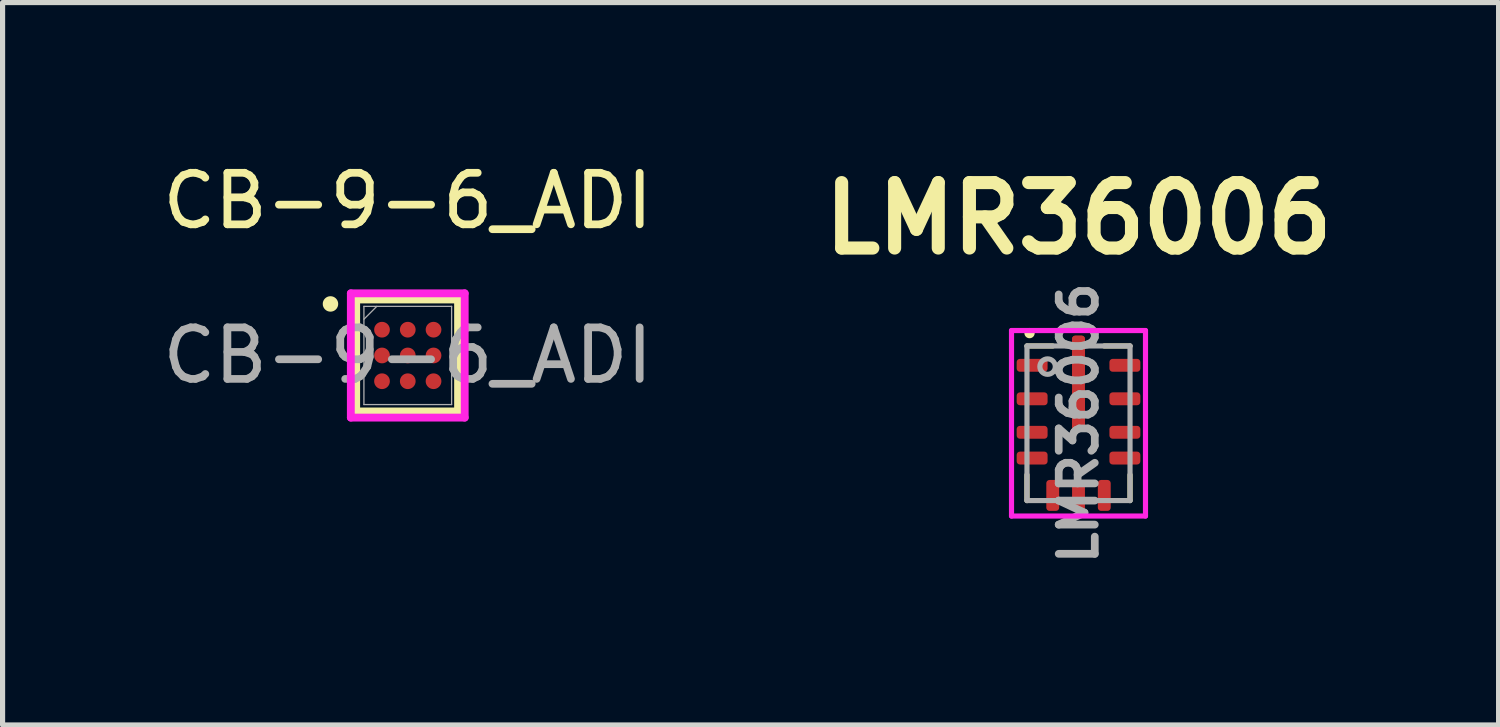
<source format=kicad_pcb>
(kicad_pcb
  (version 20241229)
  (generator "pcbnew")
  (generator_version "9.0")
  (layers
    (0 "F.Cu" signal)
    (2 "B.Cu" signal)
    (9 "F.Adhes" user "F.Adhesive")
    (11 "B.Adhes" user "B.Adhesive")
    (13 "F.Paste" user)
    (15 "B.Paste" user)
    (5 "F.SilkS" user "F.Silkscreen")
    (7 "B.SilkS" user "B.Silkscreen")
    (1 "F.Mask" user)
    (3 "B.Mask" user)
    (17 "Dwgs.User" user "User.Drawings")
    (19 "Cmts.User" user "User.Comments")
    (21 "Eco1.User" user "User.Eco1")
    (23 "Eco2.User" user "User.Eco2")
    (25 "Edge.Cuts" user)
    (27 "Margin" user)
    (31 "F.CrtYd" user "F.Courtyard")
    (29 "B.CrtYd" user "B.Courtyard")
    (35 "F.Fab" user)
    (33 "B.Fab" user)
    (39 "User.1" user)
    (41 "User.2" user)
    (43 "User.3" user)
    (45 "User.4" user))
  (footprint "CB-9-6_ADI"
    (layer "F.Cu")
    (at 4.863 3.848)
    (property "Reference" "CB-9-6_ADI" (at 0 -3 0) (unlocked yes) (layer "F.SilkS") (effects (font (size 1 1) (thickness 0.15))))
    (attr smd)
    (fp_line (start -1 -1.085) (end -1 1.085) (stroke (width 0.15) (type solid)) (layer "F.SilkS"))
    (fp_line (start 0.975 -1.085) (end -0.975 -1.085) (stroke (width 0.15) (type solid)) (layer "F.SilkS"))
    (fp_line (start 0.975 -1.085) (end 0.975 1.085) (stroke (width 0.15) (type solid)) (layer "F.SilkS"))
    (fp_line (start 0.975 1.085) (end -0.975 1.085) (stroke (width 0.15) (type solid)) (layer "F.SilkS"))
    (fp_circle (center -1.5 -1) (end -1.4 -1) (stroke (width 0.1) (type solid)) (fill yes) (layer "F.SilkS"))
    (fp_line (start -1.105 -1.206) (end 1.105 -1.206) (stroke (width 0.152) (type solid)) (layer "F.CrtYd"))
    (fp_line (start -1.105 1.206) (end -1.105 -1.206) (stroke (width 0.152) (type solid)) (layer "F.CrtYd"))
    (fp_line (start 1.105 -1.206) (end 1.105 1.206) (stroke (width 0.152) (type solid)) (layer "F.CrtYd"))
    (fp_line (start 1.105 1.206) (end -1.105 1.206) (stroke (width 0.152) (type solid)) (layer "F.CrtYd"))
    (fp_line (start -0.851 -0.953) (end -0.851 0.953) (stroke (width 0.025) (type solid)) (layer "F.Fab"))
    (fp_line (start -0.851 0.953) (end 0.851 0.953) (stroke (width 0.025) (type solid)) (layer "F.Fab"))
    (fp_line (start -0.601 -0.953) (end -0.851 -0.703) (stroke (width 0.025) (type solid)) (layer "F.Fab"))
    (fp_line (start 0.851 -0.953) (end -0.851 -0.953) (stroke (width 0.025) (type solid)) (layer "F.Fab"))
    (fp_line (start 0.851 0.953) (end 0.851 -0.953) (stroke (width 0.025) (type solid)) (layer "F.Fab"))
    (fp_text user "${REFERENCE}" (at 0 0 0) (unlocked yes) (layer "F.Fab") (effects (font (size 1 1) (thickness 0.15))))
    (pad "A1" smd circle (at -0.5 -0.5) (size 0.305 0.305) (layers "F.Cu" "F.Mask" "F.Paste"))
    (pad "A2" smd circle (at 0 -0.5) (size 0.305 0.305) (layers "F.Cu" "F.Mask" "F.Paste"))
    (pad "A3" smd circle (at 0.5 -0.5) (size 0.305 0.305) (layers "F.Cu" "F.Mask" "F.Paste"))
    (pad "B1" smd circle (at -0.5 0) (size 0.305 0.305) (layers "F.Cu" "F.Mask" "F.Paste"))
    (pad "B2" smd circle (at 0 0) (size 0.305 0.305) (layers "F.Cu" "F.Mask" "F.Paste"))
    (pad "B3" smd circle (at 0.5 0) (size 0.305 0.305) (layers "F.Cu" "F.Mask" "F.Paste"))
    (pad "C1" smd circle (at -0.5 0.5) (size 0.305 0.305) (layers "F.Cu" "F.Mask" "F.Paste"))
    (pad "C2" smd circle (at 0 0.5) (size 0.305 0.305) (layers "F.Cu" "F.Mask" "F.Paste"))
    (pad "C3" smd circle (at 0.5 0.5) (size 0.305 0.305) (layers "F.Cu" "F.Mask" "F.Paste")))
  (footprint "LMR36006"
    (layer "F.Cu")
    (at 17.879 5.164)
    (property "Reference" "LMR36006" (at 0 -3.975 0) (layer "F.SilkS") (effects (font (size 1.27 1.27) (thickness 0.254))))
    (attr smd)
    (fp_line (start -1 -1.5) (end -0.5 -1.5) (stroke (width 0.1) (type solid)) (layer "F.SilkS"))
    (fp_line (start -1 1) (end -1 1.5) (stroke (width 0.1) (type solid)) (layer "F.SilkS"))
    (fp_line (start 1 -1.5) (end 0.5 -1.5) (stroke (width 0.1) (type solid)) (layer "F.SilkS"))
    (fp_line (start 1 1) (end 1 1.5) (stroke (width 0.1) (type solid)) (layer "F.SilkS"))
    (fp_circle (center -0.95 -1.75) (end -0.9 -1.75) (stroke (width 0.1) (type solid)) (fill yes) (layer "F.SilkS"))
    (fp_line (start -1.3 -1.8) (end 1.3 -1.8) (stroke (width 0.1) (type solid)) (layer "F.CrtYd"))
    (fp_line (start -1.3 1.8) (end -1.3 -1.8) (stroke (width 0.1) (type solid)) (layer "F.CrtYd"))
    (fp_line (start 1.3 -1.8) (end 1.3 1.8) (stroke (width 0.1) (type solid)) (layer "F.CrtYd"))
    (fp_line (start 1.3 1.8) (end -1.3 1.8) (stroke (width 0.1) (type solid)) (layer "F.CrtYd"))
    (fp_line (start -1 -1.5) (end 1 -1.5) (stroke (width 0.1) (type solid)) (layer "F.Fab"))
    (fp_line (start -1 1.5) (end -1 -1.5) (stroke (width 0.1) (type solid)) (layer "F.Fab"))
    (fp_line (start 1 -1.5) (end 1 1.5) (stroke (width 0.1) (type solid)) (layer "F.Fab"))
    (fp_line (start 1 1.5) (end -1 1.5) (stroke (width 0.1) (type solid)) (layer "F.Fab"))
    (fp_circle (center -0.6 -1.1) (end -0.45 -1.1) (stroke (width 0.1) (type solid)) (fill no) (layer "F.Fab"))
    (fp_text user "${REFERENCE}" (at 0 0 90) (layer "F.Fab") (effects (font (size 0.7 0.7) (thickness 0.15) (bold yes))))
    (pad "1" smd roundrect (at -0.9 -1.125 90) (size 0.25 0.6) (layers "F.Cu" "F.Mask" "F.Paste") (roundrect_rratio 0.25))
    (pad "2" smd roundrect (at -0.9 -0.475 90) (size 0.25 0.6) (layers "F.Cu" "F.Mask" "F.Paste") (roundrect_rratio 0.25))
    (pad "3" smd roundrect (at -0.9 0.175 90) (size 0.25 0.6) (layers "F.Cu" "F.Mask" "F.Paste") (roundrect_rratio 0.25))
    (pad "4" smd roundrect (at -0.9 0.675 90) (size 0.25 0.6) (layers "F.Cu" "F.Mask" "F.Paste") (roundrect_rratio 0.25))
    (pad "5" smd roundrect (at -0.5 1.4) (size 0.25 0.6) (layers "F.Cu" "F.Mask" "F.Paste") (roundrect_rratio 0.25))
    (pad "6" smd roundrect (at 0 1.4) (size 0.25 0.6) (layers "F.Cu" "F.Mask" "F.Paste") (roundrect_rratio 0.25))
    (pad "7" smd roundrect (at 0.5 1.4) (size 0.25 0.6) (layers "F.Cu" "F.Mask" "F.Paste") (roundrect_rratio 0.25))
    (pad "8" smd roundrect (at 0.9 0.675 90) (size 0.25 0.6) (layers "F.Cu" "F.Mask" "F.Paste") (roundrect_rratio 0.25))
    (pad "9" smd roundrect (at 0.9 0.175 90) (size 0.25 0.6) (layers "F.Cu" "F.Mask" "F.Paste") (roundrect_rratio 0.25))
    (pad "10" smd roundrect (at 0.9 -0.475 90) (size 0.25 0.6) (layers "F.Cu" "F.Mask" "F.Paste") (roundrect_rratio 0.25))
    (pad "11" smd roundrect (at 0.9 -1.125 90) (size 0.25 0.6) (layers "F.Cu" "F.Mask" "F.Paste") (roundrect_rratio 0.25))
    (pad "12" smd roundrect (at 0 -1.295) (size 0.25 0.81) (layers "F.Cu" "F.Paste") (roundrect_rratio 0.25))
    (pad "12" smd roundrect (at 0 -0.788) (size 0.25 1.825) (layers "F.Cu" "F.Mask") (roundrect_rratio 0.25))
    (pad "12" smd roundrect (at 0 -0.28) (size 0.25 0.81) (layers "F.Cu" "F.Paste") (roundrect_rratio 0.25)))
  (gr_rect
    (start -3 -3)
    (end 26.031 11.019)
    (stroke (width 0.1) (type default))
    (fill no)
    (layer "Edge.Cuts")))
</source>
